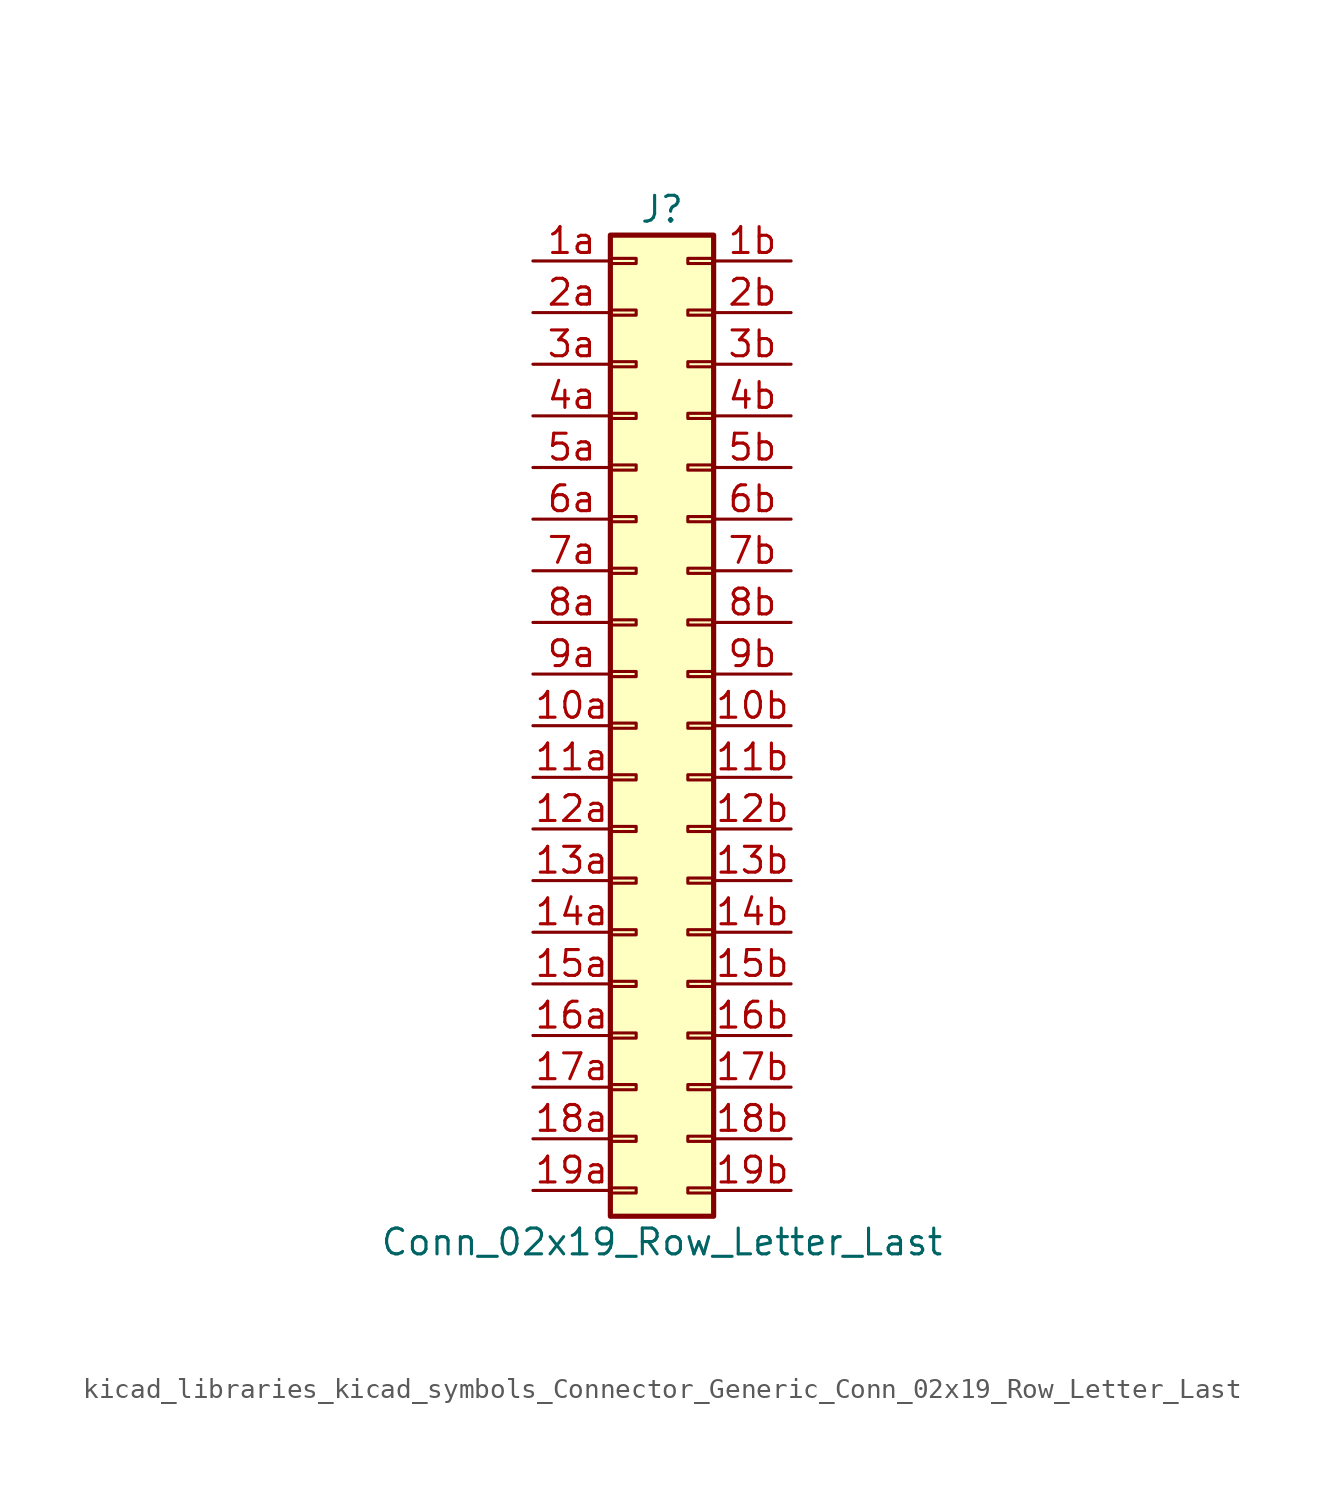
<source format=kicad_sym>
(kicad_symbol_lib
  (version 20220914)
  (generator kicad_symbol_editor)
  (symbol "kicad_libraries_kicad_symbols_Connector_Generic_Conn_02x19_Row_Letter_Last"
    (pin_names
      (offset 1.016) hide)
    (property "Reference" "J"
      (at 1.27 25.4 0)
      (effects (font (size 1.27 1.27))))
    (property "Value" "Conn_02x19_Row_Letter_Last"
      (at 1.27 -25.4 0)
      (effects (font (size 1.27 1.27))))
    (symbol "kicad_libraries_kicad_symbols_Connector_Generic_Conn_02x19_Row_Letter_Last_1_1"
      (rectangle (start -1.27 -22.733) (end 0 -22.987) (stroke (width 0.152) (type default)) (fill (type none)))
      (rectangle (start -1.27 -20.193) (end 0 -20.447) (stroke (width 0.152) (type default)) (fill (type none)))
      (rectangle (start -1.27 -17.653) (end 0 -17.907) (stroke (width 0.152) (type default)) (fill (type none)))
      (rectangle (start -1.27 -15.113) (end 0 -15.367) (stroke (width 0.152) (type default)) (fill (type none)))
      (rectangle (start -1.27 -12.573) (end 0 -12.827) (stroke (width 0.152) (type default)) (fill (type none)))
      (rectangle (start -1.27 -10.033) (end 0 -10.287) (stroke (width 0.152) (type default)) (fill (type none)))
      (rectangle (start -1.27 -7.493) (end 0 -7.747) (stroke (width 0.152) (type default)) (fill (type none)))
      (rectangle (start -1.27 -4.953) (end 0 -5.207) (stroke (width 0.152) (type default)) (fill (type none)))
      (rectangle (start -1.27 -2.413) (end 0 -2.667) (stroke (width 0.152) (type default)) (fill (type none)))
      (rectangle (start -1.27 0.127) (end 0 -0.127) (stroke (width 0.152) (type default)) (fill (type none)))
      (rectangle (start -1.27 2.667) (end 0 2.413) (stroke (width 0.152) (type default)) (fill (type none)))
      (rectangle (start -1.27 5.207) (end 0 4.953) (stroke (width 0.152) (type default)) (fill (type none)))
      (rectangle (start -1.27 7.747) (end 0 7.493) (stroke (width 0.152) (type default)) (fill (type none)))
      (rectangle (start -1.27 10.287) (end 0 10.033) (stroke (width 0.152) (type default)) (fill (type none)))
      (rectangle (start -1.27 12.827) (end 0 12.573) (stroke (width 0.152) (type default)) (fill (type none)))
      (rectangle (start -1.27 15.367) (end 0 15.113) (stroke (width 0.152) (type default)) (fill (type none)))
      (rectangle (start -1.27 17.907) (end 0 17.653) (stroke (width 0.152) (type default)) (fill (type none)))
      (rectangle (start -1.27 20.447) (end 0 20.193) (stroke (width 0.152) (type default)) (fill (type none)))
      (rectangle (start -1.27 22.987) (end 0 22.733) (stroke (width 0.152) (type default)) (fill (type none)))
      (rectangle (start -1.27 24.13) (end 3.81 -24.13) (stroke (width 0.254) (type default)) (fill (type background)))
      (rectangle (start 3.81 -22.733) (end 2.54 -22.987) (stroke (width 0.152) (type default)) (fill (type none)))
      (rectangle (start 3.81 -20.193) (end 2.54 -20.447) (stroke (width 0.152) (type default)) (fill (type none)))
      (rectangle (start 3.81 -17.653) (end 2.54 -17.907) (stroke (width 0.152) (type default)) (fill (type none)))
      (rectangle (start 3.81 -15.113) (end 2.54 -15.367) (stroke (width 0.152) (type default)) (fill (type none)))
      (rectangle (start 3.81 -12.573) (end 2.54 -12.827) (stroke (width 0.152) (type default)) (fill (type none)))
      (rectangle (start 3.81 -10.033) (end 2.54 -10.287) (stroke (width 0.152) (type default)) (fill (type none)))
      (rectangle (start 3.81 -7.493) (end 2.54 -7.747) (stroke (width 0.152) (type default)) (fill (type none)))
      (rectangle (start 3.81 -4.953) (end 2.54 -5.207) (stroke (width 0.152) (type default)) (fill (type none)))
      (rectangle (start 3.81 -2.413) (end 2.54 -2.667) (stroke (width 0.152) (type default)) (fill (type none)))
      (rectangle (start 3.81 0.127) (end 2.54 -0.127) (stroke (width 0.152) (type default)) (fill (type none)))
      (rectangle (start 3.81 2.667) (end 2.54 2.413) (stroke (width 0.152) (type default)) (fill (type none)))
      (rectangle (start 3.81 5.207) (end 2.54 4.953) (stroke (width 0.152) (type default)) (fill (type none)))
      (rectangle (start 3.81 7.747) (end 2.54 7.493) (stroke (width 0.152) (type default)) (fill (type none)))
      (rectangle (start 3.81 10.287) (end 2.54 10.033) (stroke (width 0.152) (type default)) (fill (type none)))
      (rectangle (start 3.81 12.827) (end 2.54 12.573) (stroke (width 0.152) (type default)) (fill (type none)))
      (rectangle (start 3.81 15.367) (end 2.54 15.113) (stroke (width 0.152) (type default)) (fill (type none)))
      (rectangle (start 3.81 17.907) (end 2.54 17.653) (stroke (width 0.152) (type default)) (fill (type none)))
      (rectangle (start 3.81 20.447) (end 2.54 20.193) (stroke (width 0.152) (type default)) (fill (type none)))
      (rectangle (start 3.81 22.987) (end 2.54 22.733) (stroke (width 0.152) (type default)) (fill (type none)))
      (pin passive line (at -5.08 0 0) (length 3.81) (name "Pin_10a" (effects (font (size 1.27 1.27)))) (number "10a" (effects (font (size 1.27 1.27)))))
      (pin passive line (at 7.62 0 180) (length 3.81) (name "Pin_10b" (effects (font (size 1.27 1.27)))) (number "10b" (effects (font (size 1.27 1.27)))))
      (pin passive line (at -5.08 -2.54 0) (length 3.81) (name "Pin_11a" (effects (font (size 1.27 1.27)))) (number "11a" (effects (font (size 1.27 1.27)))))
      (pin passive line (at 7.62 -2.54 180) (length 3.81) (name "Pin_11b" (effects (font (size 1.27 1.27)))) (number "11b" (effects (font (size 1.27 1.27)))))
      (pin passive line (at -5.08 -5.08 0) (length 3.81) (name "Pin_12a" (effects (font (size 1.27 1.27)))) (number "12a" (effects (font (size 1.27 1.27)))))
      (pin passive line (at 7.62 -5.08 180) (length 3.81) (name "Pin_12b" (effects (font (size 1.27 1.27)))) (number "12b" (effects (font (size 1.27 1.27)))))
      (pin passive line (at -5.08 -7.62 0) (length 3.81) (name "Pin_13a" (effects (font (size 1.27 1.27)))) (number "13a" (effects (font (size 1.27 1.27)))))
      (pin passive line (at 7.62 -7.62 180) (length 3.81) (name "Pin_13b" (effects (font (size 1.27 1.27)))) (number "13b" (effects (font (size 1.27 1.27)))))
      (pin passive line (at -5.08 -10.16 0) (length 3.81) (name "Pin_14a" (effects (font (size 1.27 1.27)))) (number "14a" (effects (font (size 1.27 1.27)))))
      (pin passive line (at 7.62 -10.16 180) (length 3.81) (name "Pin_14b" (effects (font (size 1.27 1.27)))) (number "14b" (effects (font (size 1.27 1.27)))))
      (pin passive line (at -5.08 -12.7 0) (length 3.81) (name "Pin_15a" (effects (font (size 1.27 1.27)))) (number "15a" (effects (font (size 1.27 1.27)))))
      (pin passive line (at 7.62 -12.7 180) (length 3.81) (name "Pin_15b" (effects (font (size 1.27 1.27)))) (number "15b" (effects (font (size 1.27 1.27)))))
      (pin passive line (at -5.08 -15.24 0) (length 3.81) (name "Pin_16a" (effects (font (size 1.27 1.27)))) (number "16a" (effects (font (size 1.27 1.27)))))
      (pin passive line (at 7.62 -15.24 180) (length 3.81) (name "Pin_16b" (effects (font (size 1.27 1.27)))) (number "16b" (effects (font (size 1.27 1.27)))))
      (pin passive line (at -5.08 -17.78 0) (length 3.81) (name "Pin_17a" (effects (font (size 1.27 1.27)))) (number "17a" (effects (font (size 1.27 1.27)))))
      (pin passive line (at 7.62 -17.78 180) (length 3.81) (name "Pin_17b" (effects (font (size 1.27 1.27)))) (number "17b" (effects (font (size 1.27 1.27)))))
      (pin passive line (at -5.08 -20.32 0) (length 3.81) (name "Pin_18a" (effects (font (size 1.27 1.27)))) (number "18a" (effects (font (size 1.27 1.27)))))
      (pin passive line (at 7.62 -20.32 180) (length 3.81) (name "Pin_18b" (effects (font (size 1.27 1.27)))) (number "18b" (effects (font (size 1.27 1.27)))))
      (pin passive line (at -5.08 -22.86 0) (length 3.81) (name "Pin_19a" (effects (font (size 1.27 1.27)))) (number "19a" (effects (font (size 1.27 1.27)))))
      (pin passive line (at 7.62 -22.86 180) (length 3.81) (name "Pin_19b" (effects (font (size 1.27 1.27)))) (number "19b" (effects (font (size 1.27 1.27)))))
      (pin passive line (at -5.08 22.86 0) (length 3.81) (name "Pin_1a" (effects (font (size 1.27 1.27)))) (number "1a" (effects (font (size 1.27 1.27)))))
      (pin passive line (at 7.62 22.86 180) (length 3.81) (name "Pin_1b" (effects (font (size 1.27 1.27)))) (number "1b" (effects (font (size 1.27 1.27)))))
      (pin passive line (at -5.08 20.32 0) (length 3.81) (name "Pin_2a" (effects (font (size 1.27 1.27)))) (number "2a" (effects (font (size 1.27 1.27)))))
      (pin passive line (at 7.62 20.32 180) (length 3.81) (name "Pin_2b" (effects (font (size 1.27 1.27)))) (number "2b" (effects (font (size 1.27 1.27)))))
      (pin passive line (at -5.08 17.78 0) (length 3.81) (name "Pin_3a" (effects (font (size 1.27 1.27)))) (number "3a" (effects (font (size 1.27 1.27)))))
      (pin passive line (at 7.62 17.78 180) (length 3.81) (name "Pin_3b" (effects (font (size 1.27 1.27)))) (number "3b" (effects (font (size 1.27 1.27)))))
      (pin passive line (at -5.08 15.24 0) (length 3.81) (name "Pin_4a" (effects (font (size 1.27 1.27)))) (number "4a" (effects (font (size 1.27 1.27)))))
      (pin passive line (at 7.62 15.24 180) (length 3.81) (name "Pin_4b" (effects (font (size 1.27 1.27)))) (number "4b" (effects (font (size 1.27 1.27)))))
      (pin passive line (at -5.08 12.7 0) (length 3.81) (name "Pin_5a" (effects (font (size 1.27 1.27)))) (number "5a" (effects (font (size 1.27 1.27)))))
      (pin passive line (at 7.62 12.7 180) (length 3.81) (name "Pin_5b" (effects (font (size 1.27 1.27)))) (number "5b" (effects (font (size 1.27 1.27)))))
      (pin passive line (at -5.08 10.16 0) (length 3.81) (name "Pin_6a" (effects (font (size 1.27 1.27)))) (number "6a" (effects (font (size 1.27 1.27)))))
      (pin passive line (at 7.62 10.16 180) (length 3.81) (name "Pin_6b" (effects (font (size 1.27 1.27)))) (number "6b" (effects (font (size 1.27 1.27)))))
      (pin passive line (at -5.08 7.62 0) (length 3.81) (name "Pin_7a" (effects (font (size 1.27 1.27)))) (number "7a" (effects (font (size 1.27 1.27)))))
      (pin passive line (at 7.62 7.62 180) (length 3.81) (name "Pin_7b" (effects (font (size 1.27 1.27)))) (number "7b" (effects (font (size 1.27 1.27)))))
      (pin passive line (at -5.08 5.08 0) (length 3.81) (name "Pin_8a" (effects (font (size 1.27 1.27)))) (number "8a" (effects (font (size 1.27 1.27)))))
      (pin passive line (at 7.62 5.08 180) (length 3.81) (name "Pin_8b" (effects (font (size 1.27 1.27)))) (number "8b" (effects (font (size 1.27 1.27)))))
      (pin passive line (at -5.08 2.54 0) (length 3.81) (name "Pin_9a" (effects (font (size 1.27 1.27)))) (number "9a" (effects (font (size 1.27 1.27)))))
      (pin passive line (at 7.62 2.54 180) (length 3.81) (name "Pin_9b" (effects (font (size 1.27 1.27)))) (number "9b" (effects (font (size 1.27 1.27))))))))
</source>
